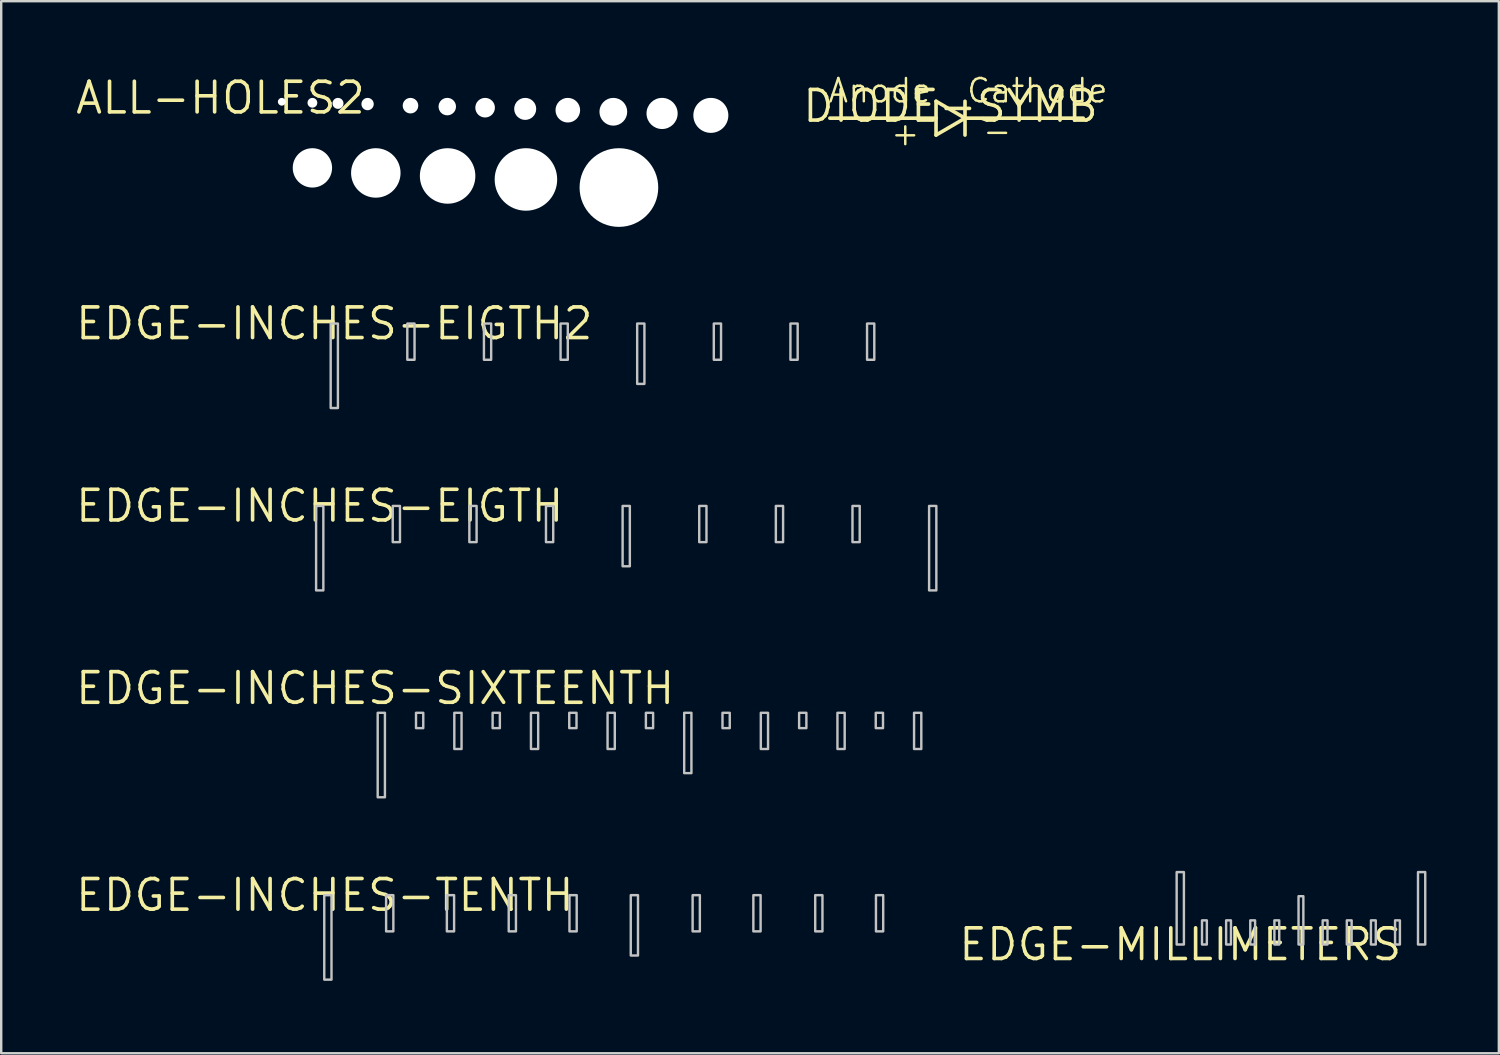
<source format=kicad_pcb>
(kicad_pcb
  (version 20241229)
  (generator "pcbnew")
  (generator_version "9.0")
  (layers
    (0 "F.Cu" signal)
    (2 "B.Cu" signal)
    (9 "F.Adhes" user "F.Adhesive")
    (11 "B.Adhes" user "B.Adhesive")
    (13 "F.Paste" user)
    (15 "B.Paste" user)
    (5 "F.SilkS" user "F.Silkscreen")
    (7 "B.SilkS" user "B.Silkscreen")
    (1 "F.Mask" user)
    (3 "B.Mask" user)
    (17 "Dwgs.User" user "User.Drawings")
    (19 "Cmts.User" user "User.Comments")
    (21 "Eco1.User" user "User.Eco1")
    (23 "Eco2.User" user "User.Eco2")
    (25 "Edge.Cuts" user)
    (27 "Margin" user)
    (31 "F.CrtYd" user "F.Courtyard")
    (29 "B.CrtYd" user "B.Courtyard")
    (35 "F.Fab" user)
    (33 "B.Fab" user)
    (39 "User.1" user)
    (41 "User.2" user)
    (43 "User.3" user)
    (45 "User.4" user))
  (footprint "EDGE-INCHES-TENTH"
    (layer "F.Cu")
    (at 10.536 34.042)
    (property "Reference" "EDGE-INCHES-TENTH" (at -0.127 0 0) (layer "F.SilkS") (effects (font (size 1.27 1.27) (thickness 0.15))))
    (attr through_hole)
    (fp_poly (pts (xy -0.15 3.5) (xy 0.15 3.5) (xy 0.15 0) (xy -0.15 0)) (stroke (width 0) (type solid)) (fill yes) (layer "F.Mask"))
    (fp_poly (pts (xy 2.413 1.5) (xy 2.713 1.5) (xy 2.713 0) (xy 2.413 0)) (stroke (width 0) (type solid)) (fill yes) (layer "F.Mask"))
    (fp_poly (pts (xy 4.93 1.5) (xy 5.23 1.5) (xy 5.23 0) (xy 4.93 0)) (stroke (width 0) (type solid)) (fill yes) (layer "F.Mask"))
    (fp_poly (pts (xy 7.493 1.5) (xy 7.793 1.5) (xy 7.793 0) (xy 7.493 0)) (stroke (width 0) (type solid)) (fill yes) (layer "F.Mask"))
    (fp_poly (pts (xy 10.01 1.5) (xy 10.31 1.5) (xy 10.31 0) (xy 10.01 0)) (stroke (width 0) (type solid)) (fill yes) (layer "F.Mask"))
    (fp_poly (pts (xy 12.55 2.5) (xy 12.85 2.5) (xy 12.85 0) (xy 12.55 0)) (stroke (width 0) (type solid)) (fill yes) (layer "F.Mask"))
    (fp_poly (pts (xy 15.113 1.5) (xy 15.413 1.5) (xy 15.413 0) (xy 15.113 0)) (stroke (width 0) (type solid)) (fill yes) (layer "F.Mask"))
    (fp_poly (pts (xy 17.63 1.5) (xy 17.93 1.5) (xy 17.93 0) (xy 17.63 0)) (stroke (width 0) (type solid)) (fill yes) (layer "F.Mask"))
    (fp_poly (pts (xy 20.193 1.5) (xy 20.493 1.5) (xy 20.493 0) (xy 20.193 0)) (stroke (width 0) (type solid)) (fill yes) (layer "F.Mask"))
    (fp_poly (pts (xy 22.71 1.5) (xy 23.01 1.5) (xy 23.01 0) (xy 22.71 0)) (stroke (width 0) (type solid)) (fill yes) (layer "F.Mask"))
    (fp_poly (pts (xy -0.15 3.5) (xy 0.15 3.5) (xy 0.15 0) (xy -0.15 0)) (stroke (width 0.1) (type solid)) (fill no) (layer "Dwgs.User"))
    (fp_poly (pts (xy 2.413 1.5) (xy 2.713 1.5) (xy 2.713 0) (xy 2.413 0)) (stroke (width 0.1) (type solid)) (fill no) (layer "Dwgs.User"))
    (fp_poly (pts (xy 4.93 1.5) (xy 5.23 1.5) (xy 5.23 0) (xy 4.93 0)) (stroke (width 0.1) (type solid)) (fill no) (layer "Dwgs.User"))
    (fp_poly (pts (xy 7.493 1.5) (xy 7.793 1.5) (xy 7.793 0) (xy 7.493 0)) (stroke (width 0.1) (type solid)) (fill no) (layer "Dwgs.User"))
    (fp_poly (pts (xy 10.01 1.5) (xy 10.31 1.5) (xy 10.31 0) (xy 10.01 0)) (stroke (width 0.1) (type solid)) (fill no) (layer "Dwgs.User"))
    (fp_poly (pts (xy 12.55 2.5) (xy 12.85 2.5) (xy 12.85 0) (xy 12.55 0)) (stroke (width 0.1) (type solid)) (fill no) (layer "Dwgs.User"))
    (fp_poly (pts (xy 15.113 1.5) (xy 15.413 1.5) (xy 15.413 0) (xy 15.113 0)) (stroke (width 0.1) (type solid)) (fill no) (layer "Dwgs.User"))
    (fp_poly (pts (xy 17.63 1.5) (xy 17.93 1.5) (xy 17.93 0) (xy 17.63 0)) (stroke (width 0.1) (type solid)) (fill no) (layer "Dwgs.User"))
    (fp_poly (pts (xy 20.193 1.5) (xy 20.493 1.5) (xy 20.493 0) (xy 20.193 0)) (stroke (width 0.1) (type solid)) (fill no) (layer "Dwgs.User"))
    (fp_poly (pts (xy 22.71 1.5) (xy 23.01 1.5) (xy 23.01 0) (xy 22.71 0)) (stroke (width 0.1) (type solid)) (fill no) (layer "Dwgs.User")))
  (footprint "ALL-HOLES2"
    (layer "F.Cu")
    (at 6.085 1.006)
    (property "Reference" "ALL-HOLES2" (at 0 0 0) (layer "F.SilkS") (effects (font (size 1.27 1.27) (thickness 0.15))))
    (attr through_hole)
    (pad "" np_thru_hole circle (at 2.54 0.161) (size 0.321 0.321) (drill 0.321) (layers "*.Cu" "*.Mask"))
    (pad "" np_thru_hole circle (at 3.81 0.203) (size 0.405 0.405) (drill 0.405) (layers "*.Cu" "*.Mask"))
    (pad "" np_thru_hole circle (at 3.81 2.9) (size 1.63 1.63) (drill 1.63) (layers "*.Cu" "*.Mask"))
    (pad "" np_thru_hole circle (at 4.87 0.228) (size 0.455 0.455) (drill 0.455) (layers "*.Cu" "*.Mask"))
    (pad "" np_thru_hole circle (at 6.096 0.256) (size 0.511 0.511) (drill 0.511) (layers "*.Cu" "*.Mask"))
    (pad "" np_thru_hole circle (at 6.437 3.11) (size 2.05 2.05) (drill 2.05) (layers "*.Cu" "*.Mask"))
    (pad "" np_thru_hole circle (at 7.874 0.322) (size 0.644 0.644) (drill 0.644) (layers "*.Cu" "*.Mask"))
    (pad "" np_thru_hole circle (at 9.398 0.361) (size 0.723 0.723) (drill 0.723) (layers "*.Cu" "*.Mask"))
    (pad "" np_thru_hole circle (at 9.412 3.235) (size 2.3 2.3) (drill 2.3) (layers "*.Cu" "*.Mask"))
    (pad "" np_thru_hole circle (at 10.966 0.406) (size 0.812 0.812) (drill 0.812) (layers "*.Cu" "*.Mask"))
    (pad "" np_thru_hole circle (at 12.627 0.456) (size 0.912 0.912) (drill 0.912) (layers "*.Cu" "*.Mask"))
    (pad "" np_thru_hole circle (at 12.657 3.38) (size 2.59 2.59) (drill 2.59) (layers "*.Cu" "*.Mask"))
    (pad "" np_thru_hole circle (at 14.393 0.51) (size 1.02 1.02) (drill 1.02) (layers "*.Cu" "*.Mask"))
    (pad "" np_thru_hole circle (at 16.279 0.575) (size 1.15 1.15) (drill 1.15) (layers "*.Cu" "*.Mask"))
    (pad "" np_thru_hole circle (at 16.51 3.715) (size 3.26 3.26) (drill 3.26) (layers "*.Cu" "*.Mask"))
    (pad "" np_thru_hole circle (at 18.299 0.645) (size 1.29 1.29) (drill 1.29) (layers "*.Cu" "*.Mask"))
    (pad "" np_thru_hole circle (at 20.32 0.725) (size 1.45 1.45) (drill 1.45) (layers "*.Cu" "*.Mask")))
  (footprint "EDGE-INCHES-SIXTEENTH"
    (layer "F.Cu")
    (at 12.75 26.486)
    (property "Reference" "EDGE-INCHES-SIXTEENTH" (at -0.254 -1.016 0) (layer "F.SilkS") (effects (font (size 1.27 1.27) (thickness 0.15))))
    (attr through_hole)
    (fp_poly (pts (xy -0.15 3.5) (xy 0.15 3.5) (xy 0.15 0) (xy -0.15 0)) (stroke (width 0) (type solid)) (fill yes) (layer "F.Mask"))
    (fp_poly (pts (xy 1.438 0.635) (xy 1.738 0.635) (xy 1.738 0) (xy 1.438 0)) (stroke (width 0) (type solid)) (fill yes) (layer "F.Mask"))
    (fp_poly (pts (xy 3.025 1.5) (xy 3.325 1.5) (xy 3.325 0) (xy 3.025 0)) (stroke (width 0) (type solid)) (fill yes) (layer "F.Mask"))
    (fp_poly (pts (xy 4.612 0.635) (xy 4.912 0.635) (xy 4.912 0) (xy 4.612 0)) (stroke (width 0) (type solid)) (fill yes) (layer "F.Mask"))
    (fp_poly (pts (xy 6.2 1.5) (xy 6.5 1.5) (xy 6.5 0) (xy 6.2 0)) (stroke (width 0) (type solid)) (fill yes) (layer "F.Mask"))
    (fp_poly (pts (xy 7.787 0.635) (xy 8.088 0.635) (xy 8.088 0) (xy 7.787 0)) (stroke (width 0) (type solid)) (fill yes) (layer "F.Mask"))
    (fp_poly (pts (xy 9.375 1.5) (xy 9.675 1.5) (xy 9.675 0) (xy 9.375 0)) (stroke (width 0) (type solid)) (fill yes) (layer "F.Mask"))
    (fp_poly (pts (xy 10.963 0.635) (xy 11.262 0.635) (xy 11.262 0) (xy 10.963 0)) (stroke (width 0) (type solid)) (fill yes) (layer "F.Mask"))
    (fp_poly (pts (xy 12.55 2.5) (xy 12.85 2.5) (xy 12.85 0) (xy 12.55 0)) (stroke (width 0) (type solid)) (fill yes) (layer "F.Mask"))
    (fp_poly (pts (xy 14.137 0.635) (xy 14.438 0.635) (xy 14.438 0) (xy 14.137 0)) (stroke (width 0) (type solid)) (fill yes) (layer "F.Mask"))
    (fp_poly (pts (xy 15.725 1.5) (xy 16.025 1.5) (xy 16.025 0) (xy 15.725 0)) (stroke (width 0) (type solid)) (fill yes) (layer "F.Mask"))
    (fp_poly (pts (xy 17.312 0.635) (xy 17.613 0.635) (xy 17.613 0) (xy 17.312 0)) (stroke (width 0) (type solid)) (fill yes) (layer "F.Mask"))
    (fp_poly (pts (xy 18.9 1.5) (xy 19.2 1.5) (xy 19.2 0) (xy 18.9 0)) (stroke (width 0) (type solid)) (fill yes) (layer "F.Mask"))
    (fp_poly (pts (xy 20.488 0.635) (xy 20.788 0.635) (xy 20.788 0) (xy 20.488 0)) (stroke (width 0) (type solid)) (fill yes) (layer "F.Mask"))
    (fp_poly (pts (xy 22.075 1.5) (xy 22.375 1.5) (xy 22.375 0) (xy 22.075 0)) (stroke (width 0) (type solid)) (fill yes) (layer "F.Mask"))
    (fp_poly (pts (xy -0.15 3.5) (xy 0.15 3.5) (xy 0.15 0) (xy -0.15 0)) (stroke (width 0.1) (type solid)) (fill no) (layer "Dwgs.User"))
    (fp_poly (pts (xy 1.438 0.635) (xy 1.738 0.635) (xy 1.738 0) (xy 1.438 0)) (stroke (width 0.1) (type solid)) (fill no) (layer "Dwgs.User"))
    (fp_poly (pts (xy 3.025 1.5) (xy 3.325 1.5) (xy 3.325 0) (xy 3.025 0)) (stroke (width 0.1) (type solid)) (fill no) (layer "Dwgs.User"))
    (fp_poly (pts (xy 4.612 0.635) (xy 4.912 0.635) (xy 4.912 0) (xy 4.612 0)) (stroke (width 0.1) (type solid)) (fill no) (layer "Dwgs.User"))
    (fp_poly (pts (xy 6.2 1.5) (xy 6.5 1.5) (xy 6.5 0) (xy 6.2 0)) (stroke (width 0.1) (type solid)) (fill no) (layer "Dwgs.User"))
    (fp_poly (pts (xy 7.787 0.635) (xy 8.088 0.635) (xy 8.088 0) (xy 7.787 0)) (stroke (width 0.1) (type solid)) (fill no) (layer "Dwgs.User"))
    (fp_poly (pts (xy 9.375 1.5) (xy 9.675 1.5) (xy 9.675 0) (xy 9.375 0)) (stroke (width 0.1) (type solid)) (fill no) (layer "Dwgs.User"))
    (fp_poly (pts (xy 10.963 0.635) (xy 11.262 0.635) (xy 11.262 0) (xy 10.963 0)) (stroke (width 0.1) (type solid)) (fill no) (layer "Dwgs.User"))
    (fp_poly (pts (xy 12.55 2.5) (xy 12.85 2.5) (xy 12.85 0) (xy 12.55 0)) (stroke (width 0.1) (type solid)) (fill no) (layer "Dwgs.User"))
    (fp_poly (pts (xy 14.137 0.635) (xy 14.438 0.635) (xy 14.438 0) (xy 14.137 0)) (stroke (width 0.1) (type solid)) (fill no) (layer "Dwgs.User"))
    (fp_poly (pts (xy 15.725 1.5) (xy 16.025 1.5) (xy 16.025 0) (xy 15.725 0)) (stroke (width 0.1) (type solid)) (fill no) (layer "Dwgs.User"))
    (fp_poly (pts (xy 17.312 0.635) (xy 17.613 0.635) (xy 17.613 0) (xy 17.312 0)) (stroke (width 0.1) (type solid)) (fill no) (layer "Dwgs.User"))
    (fp_poly (pts (xy 18.9 1.5) (xy 19.2 1.5) (xy 19.2 0) (xy 18.9 0)) (stroke (width 0.1) (type solid)) (fill no) (layer "Dwgs.User"))
    (fp_poly (pts (xy 20.488 0.635) (xy 20.788 0.635) (xy 20.788 0) (xy 20.488 0)) (stroke (width 0.1) (type solid)) (fill no) (layer "Dwgs.User"))
    (fp_poly (pts (xy 22.075 1.5) (xy 22.375 1.5) (xy 22.375 0) (xy 22.075 0)) (stroke (width 0.1) (type solid)) (fill no) (layer "Dwgs.User")))
  (footprint "EDGE-INCHES-EIGTH"
    (layer "F.Cu")
    (at 10.198 17.914)
    (property "Reference" "EDGE-INCHES-EIGTH" (at 0 0 0) (layer "F.SilkS") (effects (font (size 1.27 1.27) (thickness 0.15))))
    (attr through_hole)
    (fp_poly (pts (xy -0.15 3.5) (xy 0.15 3.5) (xy 0.15 0) (xy -0.15 0)) (stroke (width 0) (type solid)) (fill yes) (layer "F.Mask"))
    (fp_poly (pts (xy 3.025 1.5) (xy 3.325 1.5) (xy 3.325 0) (xy 3.025 0)) (stroke (width 0) (type solid)) (fill yes) (layer "F.Mask"))
    (fp_poly (pts (xy 6.2 1.5) (xy 6.5 1.5) (xy 6.5 0) (xy 6.2 0)) (stroke (width 0) (type solid)) (fill yes) (layer "F.Mask"))
    (fp_poly (pts (xy 9.375 1.5) (xy 9.675 1.5) (xy 9.675 0) (xy 9.375 0)) (stroke (width 0) (type solid)) (fill yes) (layer "F.Mask"))
    (fp_poly (pts (xy 12.55 2.5) (xy 12.85 2.5) (xy 12.85 0) (xy 12.55 0)) (stroke (width 0) (type solid)) (fill yes) (layer "F.Mask"))
    (fp_poly (pts (xy 15.725 1.5) (xy 16.025 1.5) (xy 16.025 0) (xy 15.725 0)) (stroke (width 0) (type solid)) (fill yes) (layer "F.Mask"))
    (fp_poly (pts (xy 18.9 1.5) (xy 19.2 1.5) (xy 19.2 0) (xy 18.9 0)) (stroke (width 0) (type solid)) (fill yes) (layer "F.Mask"))
    (fp_poly (pts (xy 22.075 1.5) (xy 22.375 1.5) (xy 22.375 0) (xy 22.075 0)) (stroke (width 0) (type solid)) (fill yes) (layer "F.Mask"))
    (fp_poly (pts (xy 25.25 3.5) (xy 25.55 3.5) (xy 25.55 0) (xy 25.25 0)) (stroke (width 0) (type solid)) (fill yes) (layer "F.Mask"))
    (fp_poly (pts (xy -0.15 3.5) (xy 0.15 3.5) (xy 0.15 0) (xy -0.15 0)) (stroke (width 0.1) (type solid)) (fill no) (layer "Dwgs.User"))
    (fp_poly (pts (xy 3.025 1.5) (xy 3.325 1.5) (xy 3.325 0) (xy 3.025 0)) (stroke (width 0.1) (type solid)) (fill no) (layer "Dwgs.User"))
    (fp_poly (pts (xy 6.2 1.5) (xy 6.5 1.5) (xy 6.5 0) (xy 6.2 0)) (stroke (width 0.1) (type solid)) (fill no) (layer "Dwgs.User"))
    (fp_poly (pts (xy 9.375 1.5) (xy 9.675 1.5) (xy 9.675 0) (xy 9.375 0)) (stroke (width 0.1) (type solid)) (fill no) (layer "Dwgs.User"))
    (fp_poly (pts (xy 12.55 2.5) (xy 12.85 2.5) (xy 12.85 0) (xy 12.55 0)) (stroke (width 0.1) (type solid)) (fill no) (layer "Dwgs.User"))
    (fp_poly (pts (xy 15.725 1.5) (xy 16.025 1.5) (xy 16.025 0) (xy 15.725 0)) (stroke (width 0.1) (type solid)) (fill no) (layer "Dwgs.User"))
    (fp_poly (pts (xy 18.9 1.5) (xy 19.2 1.5) (xy 19.2 0) (xy 18.9 0)) (stroke (width 0.1) (type solid)) (fill no) (layer "Dwgs.User"))
    (fp_poly (pts (xy 22.075 1.5) (xy 22.375 1.5) (xy 22.375 0) (xy 22.075 0)) (stroke (width 0.1) (type solid)) (fill no) (layer "Dwgs.User"))
    (fp_poly (pts (xy 25.25 3.5) (xy 25.55 3.5) (xy 25.55 0) (xy 25.25 0)) (stroke (width 0.1) (type solid)) (fill no) (layer "Dwgs.User")))
  (footprint "EDGE-INCHES-EIGTH2"
    (layer "F.Cu")
    (at 10.802 10.357)
    (property "Reference" "EDGE-INCHES-EIGTH2" (at 0 0 0) (layer "F.SilkS") (effects (font (size 1.27 1.27) (thickness 0.15))))
    (attr through_hole)
    (fp_poly (pts (xy -0.15 3.5) (xy 0.15 3.5) (xy 0.15 0) (xy -0.15 0)) (stroke (width 0) (type solid)) (fill yes) (layer "F.Mask"))
    (fp_poly (pts (xy 3.025 1.5) (xy 3.325 1.5) (xy 3.325 0) (xy 3.025 0)) (stroke (width 0) (type solid)) (fill yes) (layer "F.Mask"))
    (fp_poly (pts (xy 6.2 1.5) (xy 6.5 1.5) (xy 6.5 0) (xy 6.2 0)) (stroke (width 0) (type solid)) (fill yes) (layer "F.Mask"))
    (fp_poly (pts (xy 9.375 1.5) (xy 9.675 1.5) (xy 9.675 0) (xy 9.375 0)) (stroke (width 0) (type solid)) (fill yes) (layer "F.Mask"))
    (fp_poly (pts (xy 12.55 2.5) (xy 12.85 2.5) (xy 12.85 0) (xy 12.55 0)) (stroke (width 0) (type solid)) (fill yes) (layer "F.Mask"))
    (fp_poly (pts (xy 15.725 1.5) (xy 16.025 1.5) (xy 16.025 0) (xy 15.725 0)) (stroke (width 0) (type solid)) (fill yes) (layer "F.Mask"))
    (fp_poly (pts (xy 18.9 1.5) (xy 19.2 1.5) (xy 19.2 0) (xy 18.9 0)) (stroke (width 0) (type solid)) (fill yes) (layer "F.Mask"))
    (fp_poly (pts (xy 22.075 1.5) (xy 22.375 1.5) (xy 22.375 0) (xy 22.075 0)) (stroke (width 0) (type solid)) (fill yes) (layer "F.Mask"))
    (fp_poly (pts (xy -0.15 3.5) (xy 0.15 3.5) (xy 0.15 0) (xy -0.15 0)) (stroke (width 0.1) (type solid)) (fill no) (layer "Dwgs.User"))
    (fp_poly (pts (xy 3.025 1.5) (xy 3.325 1.5) (xy 3.325 0) (xy 3.025 0)) (stroke (width 0.1) (type solid)) (fill no) (layer "Dwgs.User"))
    (fp_poly (pts (xy 6.2 1.5) (xy 6.5 1.5) (xy 6.5 0) (xy 6.2 0)) (stroke (width 0.1) (type solid)) (fill no) (layer "Dwgs.User"))
    (fp_poly (pts (xy 9.375 1.5) (xy 9.675 1.5) (xy 9.675 0) (xy 9.375 0)) (stroke (width 0.1) (type solid)) (fill no) (layer "Dwgs.User"))
    (fp_poly (pts (xy 12.55 2.5) (xy 12.85 2.5) (xy 12.85 0) (xy 12.55 0)) (stroke (width 0.1) (type solid)) (fill no) (layer "Dwgs.User"))
    (fp_poly (pts (xy 15.725 1.5) (xy 16.025 1.5) (xy 16.025 0) (xy 15.725 0)) (stroke (width 0.1) (type solid)) (fill no) (layer "Dwgs.User"))
    (fp_poly (pts (xy 18.9 1.5) (xy 19.2 1.5) (xy 19.2 0) (xy 18.9 0)) (stroke (width 0.1) (type solid)) (fill no) (layer "Dwgs.User"))
    (fp_poly (pts (xy 22.075 1.5) (xy 22.375 1.5) (xy 22.375 0) (xy 22.075 0)) (stroke (width 0.1) (type solid)) (fill no) (layer "Dwgs.User")))
  (footprint "DIODE-SYMB"
    (layer "F.Cu")
    (at 36.336 1.346)
    (property "Reference" "DIODE-SYMB" (at 0 0 0) (layer "F.SilkS") (effects (font (size 1.27 1.27) (thickness 0.15))))
    (attr through_hole)
    (fp_line (start -0.6 -0.2) (end -0.6 0.5) (stroke (width 0.15) (type solid)) (layer "F.SilkS"))
    (fp_line (start -0.6 0.5) (end -5 0.5) (stroke (width 0.15) (type solid)) (layer "F.SilkS"))
    (fp_line (start -0.6 0.5) (end -0.6 1.2) (stroke (width 0.15) (type solid)) (layer "F.SilkS"))
    (fp_line (start -0.6 1.2) (end 0.6 0.5) (stroke (width 0.15) (type solid)) (layer "F.SilkS"))
    (fp_line (start 0.6 -0.2) (end 0.6 0.5) (stroke (width 0.15) (type solid)) (layer "F.SilkS"))
    (fp_line (start 0.6 0.5) (end -0.6 -0.2) (stroke (width 0.15) (type solid)) (layer "F.SilkS"))
    (fp_line (start 0.6 0.5) (end 0.6 1.2) (stroke (width 0.15) (type solid)) (layer "F.SilkS"))
    (fp_line (start 0.6 0.5) (end 5.5 0.5) (stroke (width 0.15) (type solid)) (layer "F.SilkS"))
    (fp_text user "-" (at 1.27 1.6 0) (layer "F.SilkS") (effects (font (size 0.965 0.965) (thickness 0.102)) (justify left bottom)))
    (fp_text user "Anode  Cathode" (at -5.131 -0.076 0) (layer "F.SilkS") (effects (font (size 0.965 0.965) (thickness 0.102)) (justify left bottom)))
    (fp_text user "+" (at -2.54 1.7 0) (layer "F.SilkS") (effects (font (size 0.965 0.965) (thickness 0.102)) (justify left bottom))))
  (footprint "EDGE-MILLIMETERS"
    (layer "F.Cu")
    (at 45.856 36.086)
    (property "Reference" "EDGE-MILLIMETERS" (at 0 0 0) (layer "F.SilkS") (effects (font (size 1.27 1.27) (thickness 0.15))))
    (attr through_hole)
    (fp_poly (pts (xy -0.15 0) (xy 0.15 0) (xy 0.15 -3) (xy -0.15 -3)) (stroke (width 0) (type solid)) (fill yes) (layer "F.Mask"))
    (fp_poly (pts (xy 0.9 0) (xy 1.1 0) (xy 1.1 -1) (xy 0.9 -1)) (stroke (width 0) (type solid)) (fill yes) (layer "F.Mask"))
    (fp_poly (pts (xy 1.9 0) (xy 2.1 0) (xy 2.1 -1) (xy 1.9 -1)) (stroke (width 0) (type solid)) (fill yes) (layer "F.Mask"))
    (fp_poly (pts (xy 2.9 0) (xy 3.1 0) (xy 3.1 -1) (xy 2.9 -1)) (stroke (width 0) (type solid)) (fill yes) (layer "F.Mask"))
    (fp_poly (pts (xy 3.9 0) (xy 4.1 0) (xy 4.1 -1) (xy 3.9 -1)) (stroke (width 0) (type solid)) (fill yes) (layer "F.Mask"))
    (fp_poly (pts (xy 4.9 0) (xy 5.1 0) (xy 5.1 -2) (xy 4.9 -2)) (stroke (width 0) (type solid)) (fill yes) (layer "F.Mask"))
    (fp_poly (pts (xy 5.9 0) (xy 6.1 0) (xy 6.1 -1) (xy 5.9 -1)) (stroke (width 0) (type solid)) (fill yes) (layer "F.Mask"))
    (fp_poly (pts (xy 6.9 0) (xy 7.1 0) (xy 7.1 -1) (xy 6.9 -1)) (stroke (width 0) (type solid)) (fill yes) (layer "F.Mask"))
    (fp_poly (pts (xy 7.9 0) (xy 8.1 0) (xy 8.1 -1) (xy 7.9 -1)) (stroke (width 0) (type solid)) (fill yes) (layer "F.Mask"))
    (fp_poly (pts (xy 8.9 0) (xy 9.1 0) (xy 9.1 -1) (xy 8.9 -1)) (stroke (width 0) (type solid)) (fill yes) (layer "F.Mask"))
    (fp_poly (pts (xy 9.85 0) (xy 10.15 0) (xy 10.15 -3) (xy 9.85 -3)) (stroke (width 0) (type solid)) (fill yes) (layer "F.Mask"))
    (fp_poly (pts (xy -0.15 0) (xy 0.15 0) (xy 0.15 -3) (xy -0.15 -3)) (stroke (width 0.1) (type solid)) (fill no) (layer "Dwgs.User"))
    (fp_poly (pts (xy 0.9 0) (xy 1.1 0) (xy 1.1 -1) (xy 0.9 -1)) (stroke (width 0.1) (type solid)) (fill no) (layer "Dwgs.User"))
    (fp_poly (pts (xy 1.9 0) (xy 2.1 0) (xy 2.1 -1) (xy 1.9 -1)) (stroke (width 0.1) (type solid)) (fill no) (layer "Dwgs.User"))
    (fp_poly (pts (xy 2.9 0) (xy 3.1 0) (xy 3.1 -1) (xy 2.9 -1)) (stroke (width 0.1) (type solid)) (fill no) (layer "Dwgs.User"))
    (fp_poly (pts (xy 3.9 0) (xy 4.1 0) (xy 4.1 -1) (xy 3.9 -1)) (stroke (width 0.1) (type solid)) (fill no) (layer "Dwgs.User"))
    (fp_poly (pts (xy 4.9 0) (xy 5.1 0) (xy 5.1 -2) (xy 4.9 -2)) (stroke (width 0.1) (type solid)) (fill no) (layer "Dwgs.User"))
    (fp_poly (pts (xy 5.9 0) (xy 6.1 0) (xy 6.1 -1) (xy 5.9 -1)) (stroke (width 0.1) (type solid)) (fill no) (layer "Dwgs.User"))
    (fp_poly (pts (xy 6.9 0) (xy 7.1 0) (xy 7.1 -1) (xy 6.9 -1)) (stroke (width 0.1) (type solid)) (fill no) (layer "Dwgs.User"))
    (fp_poly (pts (xy 7.9 0) (xy 8.1 0) (xy 8.1 -1) (xy 7.9 -1)) (stroke (width 0.1) (type solid)) (fill no) (layer "Dwgs.User"))
    (fp_poly (pts (xy 8.9 0) (xy 9.1 0) (xy 9.1 -1) (xy 8.9 -1)) (stroke (width 0.1) (type solid)) (fill no) (layer "Dwgs.User"))
    (fp_poly (pts (xy 9.85 0) (xy 10.15 0) (xy 10.15 -3) (xy 9.85 -3)) (stroke (width 0.1) (type solid)) (fill no) (layer "Dwgs.User")))
  (gr_rect
    (start -3 -3)
    (end 59.056 40.592)
    (stroke (width 0.1) (type default))
    (fill no)
    (layer "Edge.Cuts")))
</source>
